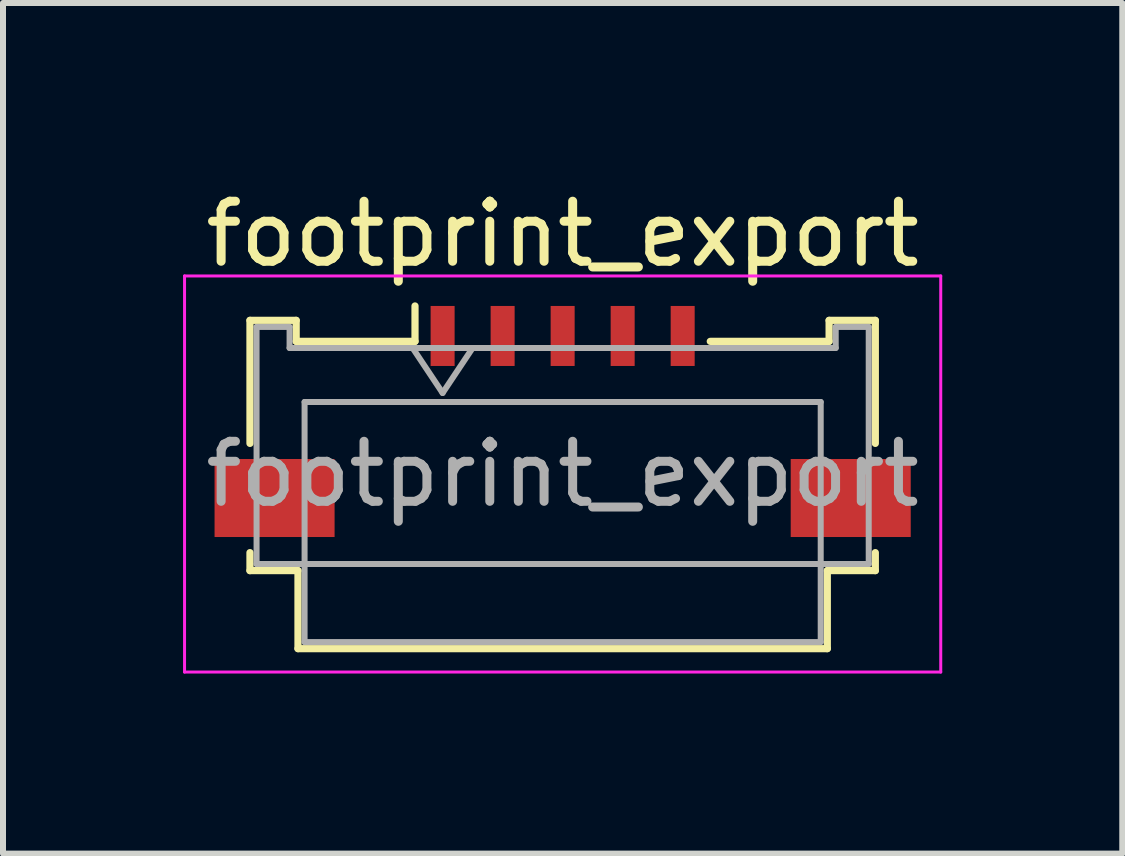
<source format=kicad_pcb>
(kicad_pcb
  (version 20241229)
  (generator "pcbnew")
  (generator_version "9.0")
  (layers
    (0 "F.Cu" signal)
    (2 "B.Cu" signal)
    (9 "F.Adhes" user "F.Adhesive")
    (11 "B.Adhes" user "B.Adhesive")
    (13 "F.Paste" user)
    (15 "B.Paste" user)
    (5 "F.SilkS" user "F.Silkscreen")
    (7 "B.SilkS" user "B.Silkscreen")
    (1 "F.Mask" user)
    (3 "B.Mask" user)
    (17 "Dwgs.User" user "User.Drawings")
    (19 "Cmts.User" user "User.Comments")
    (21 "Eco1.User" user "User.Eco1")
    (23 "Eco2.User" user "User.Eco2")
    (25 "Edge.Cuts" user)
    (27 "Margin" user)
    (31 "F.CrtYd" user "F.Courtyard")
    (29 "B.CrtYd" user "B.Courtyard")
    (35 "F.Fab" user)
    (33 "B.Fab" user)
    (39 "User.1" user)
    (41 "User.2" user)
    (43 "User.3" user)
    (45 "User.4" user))
  (footprint "footprint_export"
    (layer "F.Cu")
    (at 6.325 3.458)
    (property "Reference" "footprint_export" (at 0 -2.61 0) (layer "F.SilkS") (effects (font (size 1 1) (thickness 0.15))))
    (attr smd)
    (fp_line (start -5.21 -1.17) (end -5.21 0.88) (stroke (width 0.12) (type solid)) (layer "F.SilkS"))
    (fp_line (start -5.21 2.7) (end -5.21 3) (stroke (width 0.12) (type solid)) (layer "F.SilkS"))
    (fp_line (start -5.21 3) (end -4.41 3) (stroke (width 0.12) (type solid)) (layer "F.SilkS"))
    (fp_line (start -4.44 -1.17) (end -5.21 -1.17) (stroke (width 0.12) (type solid)) (layer "F.SilkS"))
    (fp_line (start -4.44 -0.82) (end -4.44 -1.17) (stroke (width 0.12) (type solid)) (layer "F.SilkS"))
    (fp_line (start -4.41 3) (end -4.41 4.3) (stroke (width 0.12) (type solid)) (layer "F.SilkS"))
    (fp_line (start -4.41 4.3) (end 4.41 4.3) (stroke (width 0.12) (type solid)) (layer "F.SilkS"))
    (fp_line (start -2.46 -1.41) (end -2.46 -0.82) (stroke (width 0.12) (type solid)) (layer "F.SilkS"))
    (fp_line (start -2.46 -0.82) (end -4.44 -0.82) (stroke (width 0.12) (type solid)) (layer "F.SilkS"))
    (fp_line (start 4.41 3) (end 5.21 3) (stroke (width 0.12) (type solid)) (layer "F.SilkS"))
    (fp_line (start 4.41 4.3) (end 4.41 3) (stroke (width 0.12) (type solid)) (layer "F.SilkS"))
    (fp_line (start 4.44 -1.17) (end 4.44 -0.82) (stroke (width 0.12) (type solid)) (layer "F.SilkS"))
    (fp_line (start 4.44 -0.82) (end 2.46 -0.82) (stroke (width 0.12) (type solid)) (layer "F.SilkS"))
    (fp_line (start 5.21 -1.17) (end 4.44 -1.17) (stroke (width 0.12) (type solid)) (layer "F.SilkS"))
    (fp_line (start 5.21 0.88) (end 5.21 -1.17) (stroke (width 0.12) (type solid)) (layer "F.SilkS"))
    (fp_line (start 5.21 3) (end 5.21 2.7) (stroke (width 0.12) (type solid)) (layer "F.SilkS"))
    (fp_line (start -6.3 -1.91) (end -6.3 4.69) (stroke (width 0.05) (type solid)) (layer "F.CrtYd"))
    (fp_line (start -6.3 4.69) (end 6.3 4.69) (stroke (width 0.05) (type solid)) (layer "F.CrtYd"))
    (fp_line (start 6.3 -1.91) (end -6.3 -1.91) (stroke (width 0.05) (type solid)) (layer "F.CrtYd"))
    (fp_line (start 6.3 4.69) (end 6.3 -1.91) (stroke (width 0.05) (type solid)) (layer "F.CrtYd"))
    (fp_line (start -5.1 -1.06) (end -5.1 2.89) (stroke (width 0.1) (type solid)) (layer "F.Fab"))
    (fp_line (start -5.1 2.89) (end 5.1 2.89) (stroke (width 0.1) (type solid)) (layer "F.Fab"))
    (fp_line (start -4.55 -1.06) (end -5.1 -1.06) (stroke (width 0.1) (type solid)) (layer "F.Fab"))
    (fp_line (start -4.55 -0.71) (end -4.55 -1.06) (stroke (width 0.1) (type solid)) (layer "F.Fab"))
    (fp_line (start -4.3 0.19) (end -4.3 4.19) (stroke (width 0.1) (type solid)) (layer "F.Fab"))
    (fp_line (start -4.3 4.19) (end 4.3 4.19) (stroke (width 0.1) (type solid)) (layer "F.Fab"))
    (fp_line (start -2.5 -0.71) (end -2 0.04) (stroke (width 0.1) (type solid)) (layer "F.Fab"))
    (fp_line (start -2 0.04) (end -1.5 -0.71) (stroke (width 0.1) (type solid)) (layer "F.Fab"))
    (fp_line (start 4.3 0.19) (end -4.3 0.19) (stroke (width 0.1) (type solid)) (layer "F.Fab"))
    (fp_line (start 4.3 4.19) (end 4.3 0.19) (stroke (width 0.1) (type solid)) (layer "F.Fab"))
    (fp_line (start 4.55 -1.06) (end 4.55 -0.71) (stroke (width 0.1) (type solid)) (layer "F.Fab"))
    (fp_line (start 4.55 -0.71) (end -4.55 -0.71) (stroke (width 0.1) (type solid)) (layer "F.Fab"))
    (fp_line (start 5.1 -1.06) (end 4.55 -1.06) (stroke (width 0.1) (type solid)) (layer "F.Fab"))
    (fp_line (start 5.1 2.89) (end 5.1 -1.06) (stroke (width 0.1) (type solid)) (layer "F.Fab"))
    (fp_text user "${REFERENCE}" (at 0 1.39 0) (layer "F.Fab") (effects (font (size 1 1) (thickness 0.15))))
    (pad "1" smd rect (at -2 -0.91) (size 0.4 1) (layers "F.Cu" "F.Mask" "F.Paste"))
    (pad "2" smd rect (at -1 -0.91) (size 0.4 1) (layers "F.Cu" "F.Mask" "F.Paste"))
    (pad "3" smd rect (at 0 -0.91) (size 0.4 1) (layers "F.Cu" "F.Mask" "F.Paste"))
    (pad "4" smd rect (at 1 -0.91) (size 0.4 1) (layers "F.Cu" "F.Mask" "F.Paste"))
    (pad "5" smd rect (at 2 -0.91) (size 0.4 1) (layers "F.Cu" "F.Mask" "F.Paste"))
    (pad "MP" smd rect (at -4.8 1.79) (size 2 1.3) (layers "F.Cu" "F.Mask" "F.Paste"))
    (pad "MP" smd rect (at 4.8 1.79) (size 2 1.3) (layers "F.Cu" "F.Mask" "F.Paste")))
  (gr_rect
    (start -3 -3)
    (end 15.65 11.173)
    (stroke (width 0.1) (type default))
    (fill no)
    (layer "Edge.Cuts")))
</source>
